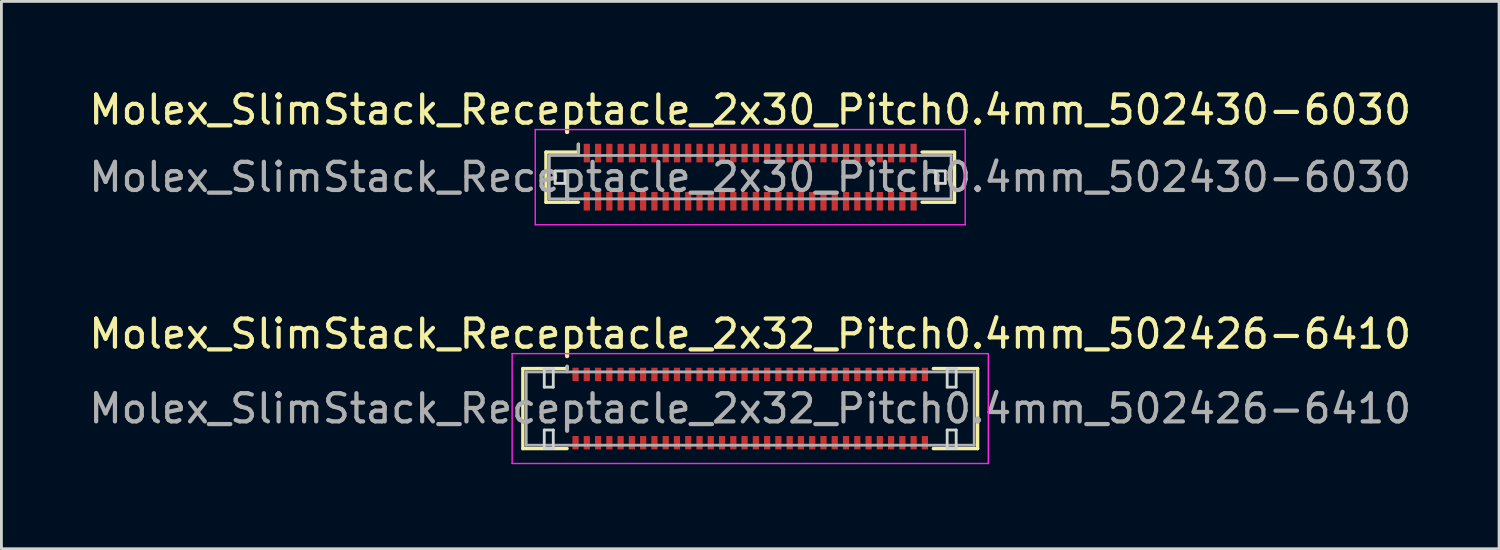
<source format=kicad_pcb>
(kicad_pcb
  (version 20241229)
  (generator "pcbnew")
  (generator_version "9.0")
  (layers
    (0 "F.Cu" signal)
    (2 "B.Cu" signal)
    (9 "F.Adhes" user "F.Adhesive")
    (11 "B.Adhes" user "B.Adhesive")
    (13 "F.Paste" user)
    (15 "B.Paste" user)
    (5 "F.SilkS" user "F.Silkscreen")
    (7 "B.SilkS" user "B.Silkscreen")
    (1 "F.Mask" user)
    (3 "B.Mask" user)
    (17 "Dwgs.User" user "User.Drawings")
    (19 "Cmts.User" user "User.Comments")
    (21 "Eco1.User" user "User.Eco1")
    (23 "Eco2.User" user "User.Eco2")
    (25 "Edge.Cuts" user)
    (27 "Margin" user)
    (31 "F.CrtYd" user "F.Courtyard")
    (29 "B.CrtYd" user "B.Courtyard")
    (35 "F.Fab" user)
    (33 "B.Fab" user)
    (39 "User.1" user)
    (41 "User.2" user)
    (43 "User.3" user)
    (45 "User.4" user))
  (footprint "Molex_SlimStack_Receptacle_2x32_Pitch0.4mm_502426-6410"
    (layer "F.Cu")
    (at 23.577 11.451)
    (property "Reference" "Molex_SlimStack_Receptacle_2x32_Pitch0.4mm_502426-6410" (at 0 -2.65 0) (layer "F.SilkS") (effects (font (size 1 1) (thickness 0.15))))
    (attr smd)
    (fp_line (start -8.07 -1.42) (end -6.5 -1.42) (stroke (width 0.12) (type solid)) (layer "F.SilkS"))
    (fp_line (start -8.07 1.42) (end -8.07 -1.42) (stroke (width 0.12) (type solid)) (layer "F.SilkS"))
    (fp_line (start -6.5 -1.42) (end -6.5 -1.5) (stroke (width 0.12) (type solid)) (layer "F.SilkS"))
    (fp_line (start -6.5 1.42) (end -8.07 1.42) (stroke (width 0.12) (type solid)) (layer "F.SilkS"))
    (fp_line (start 6.5 1.42) (end 8.07 1.42) (stroke (width 0.12) (type solid)) (layer "F.SilkS"))
    (fp_line (start 8.07 -1.42) (end 6.5 -1.42) (stroke (width 0.12) (type solid)) (layer "F.SilkS"))
    (fp_line (start 8.07 1.42) (end 8.07 -1.42) (stroke (width 0.12) (type solid)) (layer "F.SilkS"))
    (fp_line (start -7.31 -1.41) (end -7.31 -0.76) (stroke (width 0.1) (type solid)) (layer "Edge.Cuts"))
    (fp_line (start -7.31 -0.76) (end -6.99 -0.76) (stroke (width 0.1) (type solid)) (layer "Edge.Cuts"))
    (fp_line (start -7.31 0.76) (end -7.31 1.41) (stroke (width 0.1) (type solid)) (layer "Edge.Cuts"))
    (fp_line (start -7.31 1.41) (end -6.99 1.41) (stroke (width 0.1) (type solid)) (layer "Edge.Cuts"))
    (fp_line (start -6.99 -1.41) (end -7.31 -1.41) (stroke (width 0.1) (type solid)) (layer "Edge.Cuts"))
    (fp_line (start -6.99 -0.76) (end -6.99 -1.41) (stroke (width 0.1) (type solid)) (layer "Edge.Cuts"))
    (fp_line (start -6.99 0.76) (end -7.31 0.76) (stroke (width 0.1) (type solid)) (layer "Edge.Cuts"))
    (fp_line (start -6.99 1.41) (end -6.99 0.76) (stroke (width 0.1) (type solid)) (layer "Edge.Cuts"))
    (fp_line (start 6.99 -1.41) (end 6.99 -0.76) (stroke (width 0.1) (type solid)) (layer "Edge.Cuts"))
    (fp_line (start 6.99 -0.76) (end 7.31 -0.76) (stroke (width 0.1) (type solid)) (layer "Edge.Cuts"))
    (fp_line (start 6.99 0.76) (end 6.99 1.41) (stroke (width 0.1) (type solid)) (layer "Edge.Cuts"))
    (fp_line (start 6.99 1.41) (end 7.31 1.41) (stroke (width 0.1) (type solid)) (layer "Edge.Cuts"))
    (fp_line (start 7.31 -1.41) (end 6.99 -1.41) (stroke (width 0.1) (type solid)) (layer "Edge.Cuts"))
    (fp_line (start 7.31 -0.76) (end 7.31 -1.41) (stroke (width 0.1) (type solid)) (layer "Edge.Cuts"))
    (fp_line (start 7.31 0.76) (end 6.99 0.76) (stroke (width 0.1) (type solid)) (layer "Edge.Cuts"))
    (fp_line (start 7.31 1.41) (end 7.31 0.76) (stroke (width 0.1) (type solid)) (layer "Edge.Cuts"))
    (fp_line (start -8.45 -1.95) (end -8.45 1.95) (stroke (width 0.05) (type solid)) (layer "F.CrtYd"))
    (fp_line (start -8.45 1.95) (end 8.45 1.95) (stroke (width 0.05) (type solid)) (layer "F.CrtYd"))
    (fp_line (start 8.45 -1.95) (end -8.45 -1.95) (stroke (width 0.05) (type solid)) (layer "F.CrtYd"))
    (fp_line (start 8.45 1.95) (end 8.45 -1.95) (stroke (width 0.05) (type solid)) (layer "F.CrtYd"))
    (fp_line (start -7.95 -1.3) (end -7.95 1.3) (stroke (width 0.1) (type solid)) (layer "F.Fab"))
    (fp_line (start -7.95 1.3) (end 7.95 1.3) (stroke (width 0.1) (type solid)) (layer "F.Fab"))
    (fp_line (start -6.5 -1.3) (end -6.5 -1.5) (stroke (width 0.1) (type solid)) (layer "F.Fab"))
    (fp_line (start 7.95 -1.3) (end -7.95 -1.3) (stroke (width 0.1) (type solid)) (layer "F.Fab"))
    (fp_line (start 7.95 1.3) (end 7.95 -1.3) (stroke (width 0.1) (type solid)) (layer "F.Fab"))
    (fp_text user "${REFERENCE}" (at 0 0 0) (layer "F.Fab") (effects (font (size 1 1) (thickness 0.15))))
    (pad "1" smd rect (at -6.2 -1.212) (size 0.22 0.475) (layers "F.Cu" "F.Mask" "F.Paste"))
    (pad "2" smd rect (at -6.2 1.212) (size 0.22 0.475) (layers "F.Cu" "F.Mask" "F.Paste"))
    (pad "3" smd rect (at -5.8 -1.212) (size 0.22 0.475) (layers "F.Cu" "F.Mask" "F.Paste"))
    (pad "4" smd rect (at -5.8 1.212) (size 0.22 0.475) (layers "F.Cu" "F.Mask" "F.Paste"))
    (pad "5" smd rect (at -5.4 -1.212) (size 0.22 0.475) (layers "F.Cu" "F.Mask" "F.Paste"))
    (pad "6" smd rect (at -5.4 1.212) (size 0.22 0.475) (layers "F.Cu" "F.Mask" "F.Paste"))
    (pad "7" smd rect (at -5 -1.212) (size 0.22 0.475) (layers "F.Cu" "F.Mask" "F.Paste"))
    (pad "8" smd rect (at -5 1.212) (size 0.22 0.475) (layers "F.Cu" "F.Mask" "F.Paste"))
    (pad "9" smd rect (at -4.6 -1.212) (size 0.22 0.475) (layers "F.Cu" "F.Mask" "F.Paste"))
    (pad "10" smd rect (at -4.6 1.212) (size 0.22 0.475) (layers "F.Cu" "F.Mask" "F.Paste"))
    (pad "11" smd rect (at -4.2 -1.212) (size 0.22 0.475) (layers "F.Cu" "F.Mask" "F.Paste"))
    (pad "12" smd rect (at -4.2 1.212) (size 0.22 0.475) (layers "F.Cu" "F.Mask" "F.Paste"))
    (pad "13" smd rect (at -3.8 -1.212) (size 0.22 0.475) (layers "F.Cu" "F.Mask" "F.Paste"))
    (pad "14" smd rect (at -3.8 1.212) (size 0.22 0.475) (layers "F.Cu" "F.Mask" "F.Paste"))
    (pad "15" smd rect (at -3.4 -1.212) (size 0.22 0.475) (layers "F.Cu" "F.Mask" "F.Paste"))
    (pad "16" smd rect (at -3.4 1.212) (size 0.22 0.475) (layers "F.Cu" "F.Mask" "F.Paste"))
    (pad "17" smd rect (at -3 -1.212) (size 0.22 0.475) (layers "F.Cu" "F.Mask" "F.Paste"))
    (pad "18" smd rect (at -3 1.212) (size 0.22 0.475) (layers "F.Cu" "F.Mask" "F.Paste"))
    (pad "19" smd rect (at -2.6 -1.212) (size 0.22 0.475) (layers "F.Cu" "F.Mask" "F.Paste"))
    (pad "20" smd rect (at -2.6 1.212) (size 0.22 0.475) (layers "F.Cu" "F.Mask" "F.Paste"))
    (pad "21" smd rect (at -2.2 -1.212) (size 0.22 0.475) (layers "F.Cu" "F.Mask" "F.Paste"))
    (pad "22" smd rect (at -2.2 1.212) (size 0.22 0.475) (layers "F.Cu" "F.Mask" "F.Paste"))
    (pad "23" smd rect (at -1.8 -1.212) (size 0.22 0.475) (layers "F.Cu" "F.Mask" "F.Paste"))
    (pad "24" smd rect (at -1.8 1.212) (size 0.22 0.475) (layers "F.Cu" "F.Mask" "F.Paste"))
    (pad "25" smd rect (at -1.4 -1.212) (size 0.22 0.475) (layers "F.Cu" "F.Mask" "F.Paste"))
    (pad "26" smd rect (at -1.4 1.212) (size 0.22 0.475) (layers "F.Cu" "F.Mask" "F.Paste"))
    (pad "27" smd rect (at -1 -1.212) (size 0.22 0.475) (layers "F.Cu" "F.Mask" "F.Paste"))
    (pad "28" smd rect (at -1 1.212) (size 0.22 0.475) (layers "F.Cu" "F.Mask" "F.Paste"))
    (pad "29" smd rect (at -0.6 -1.212) (size 0.22 0.475) (layers "F.Cu" "F.Mask" "F.Paste"))
    (pad "30" smd rect (at -0.6 1.212) (size 0.22 0.475) (layers "F.Cu" "F.Mask" "F.Paste"))
    (pad "31" smd rect (at -0.2 -1.212) (size 0.22 0.475) (layers "F.Cu" "F.Mask" "F.Paste"))
    (pad "32" smd rect (at -0.2 1.212) (size 0.22 0.475) (layers "F.Cu" "F.Mask" "F.Paste"))
    (pad "33" smd rect (at 0.2 -1.212) (size 0.22 0.475) (layers "F.Cu" "F.Mask" "F.Paste"))
    (pad "34" smd rect (at 0.2 1.212) (size 0.22 0.475) (layers "F.Cu" "F.Mask" "F.Paste"))
    (pad "35" smd rect (at 0.6 -1.212) (size 0.22 0.475) (layers "F.Cu" "F.Mask" "F.Paste"))
    (pad "36" smd rect (at 0.6 1.212) (size 0.22 0.475) (layers "F.Cu" "F.Mask" "F.Paste"))
    (pad "37" smd rect (at 1 -1.212) (size 0.22 0.475) (layers "F.Cu" "F.Mask" "F.Paste"))
    (pad "38" smd rect (at 1 1.212) (size 0.22 0.475) (layers "F.Cu" "F.Mask" "F.Paste"))
    (pad "39" smd rect (at 1.4 -1.212) (size 0.22 0.475) (layers "F.Cu" "F.Mask" "F.Paste"))
    (pad "40" smd rect (at 1.4 1.212) (size 0.22 0.475) (layers "F.Cu" "F.Mask" "F.Paste"))
    (pad "41" smd rect (at 1.8 -1.212) (size 0.22 0.475) (layers "F.Cu" "F.Mask" "F.Paste"))
    (pad "42" smd rect (at 1.8 1.212) (size 0.22 0.475) (layers "F.Cu" "F.Mask" "F.Paste"))
    (pad "43" smd rect (at 2.2 -1.212) (size 0.22 0.475) (layers "F.Cu" "F.Mask" "F.Paste"))
    (pad "44" smd rect (at 2.2 1.212) (size 0.22 0.475) (layers "F.Cu" "F.Mask" "F.Paste"))
    (pad "45" smd rect (at 2.6 -1.212) (size 0.22 0.475) (layers "F.Cu" "F.Mask" "F.Paste"))
    (pad "46" smd rect (at 2.6 1.212) (size 0.22 0.475) (layers "F.Cu" "F.Mask" "F.Paste"))
    (pad "47" smd rect (at 3 -1.212) (size 0.22 0.475) (layers "F.Cu" "F.Mask" "F.Paste"))
    (pad "48" smd rect (at 3 1.212) (size 0.22 0.475) (layers "F.Cu" "F.Mask" "F.Paste"))
    (pad "49" smd rect (at 3.4 -1.212) (size 0.22 0.475) (layers "F.Cu" "F.Mask" "F.Paste"))
    (pad "50" smd rect (at 3.4 1.212) (size 0.22 0.475) (layers "F.Cu" "F.Mask" "F.Paste"))
    (pad "51" smd rect (at 3.8 -1.212) (size 0.22 0.475) (layers "F.Cu" "F.Mask" "F.Paste"))
    (pad "52" smd rect (at 3.8 1.212) (size 0.22 0.475) (layers "F.Cu" "F.Mask" "F.Paste"))
    (pad "53" smd rect (at 4.2 -1.212) (size 0.22 0.475) (layers "F.Cu" "F.Mask" "F.Paste"))
    (pad "54" smd rect (at 4.2 1.212) (size 0.22 0.475) (layers "F.Cu" "F.Mask" "F.Paste"))
    (pad "55" smd rect (at 4.6 -1.212) (size 0.22 0.475) (layers "F.Cu" "F.Mask" "F.Paste"))
    (pad "56" smd rect (at 4.6 1.212) (size 0.22 0.475) (layers "F.Cu" "F.Mask" "F.Paste"))
    (pad "57" smd rect (at 5 -1.212) (size 0.22 0.475) (layers "F.Cu" "F.Mask" "F.Paste"))
    (pad "58" smd rect (at 5 1.212) (size 0.22 0.475) (layers "F.Cu" "F.Mask" "F.Paste"))
    (pad "59" smd rect (at 5.4 -1.212) (size 0.22 0.475) (layers "F.Cu" "F.Mask" "F.Paste"))
    (pad "60" smd rect (at 5.4 1.212) (size 0.22 0.475) (layers "F.Cu" "F.Mask" "F.Paste"))
    (pad "61" smd rect (at 5.8 -1.212) (size 0.22 0.475) (layers "F.Cu" "F.Mask" "F.Paste"))
    (pad "62" smd rect (at 5.8 1.212) (size 0.22 0.475) (layers "F.Cu" "F.Mask" "F.Paste"))
    (pad "63" smd rect (at 6.2 -1.212) (size 0.22 0.475) (layers "F.Cu" "F.Mask" "F.Paste"))
    (pad "64" smd rect (at 6.2 1.212) (size 0.22 0.475) (layers "F.Cu" "F.Mask" "F.Paste")))
  (footprint "Molex_SlimStack_Receptacle_2x30_Pitch0.4mm_502430-6030"
    (layer "F.Cu")
    (at 23.577 3.238)
    (property "Reference" "Molex_SlimStack_Receptacle_2x30_Pitch0.4mm_502430-6030" (at 0 -2.39 0) (layer "F.SilkS") (effects (font (size 1 1) (thickness 0.15))))
    (attr smd)
    (fp_line (start -7.25 -0.89) (end -6.1 -0.89) (stroke (width 0.12) (type solid)) (layer "F.SilkS"))
    (fp_line (start -7.25 0.89) (end -7.25 -0.89) (stroke (width 0.12) (type solid)) (layer "F.SilkS"))
    (fp_line (start -6.1 -0.89) (end -6.1 -1.17) (stroke (width 0.12) (type solid)) (layer "F.SilkS"))
    (fp_line (start -6.1 0.89) (end -7.25 0.89) (stroke (width 0.12) (type solid)) (layer "F.SilkS"))
    (fp_line (start 6.1 0.89) (end 7.25 0.89) (stroke (width 0.12) (type solid)) (layer "F.SilkS"))
    (fp_line (start 7.25 -0.89) (end 6.1 -0.89) (stroke (width 0.12) (type solid)) (layer "F.SilkS"))
    (fp_line (start 7.25 0.89) (end 7.25 -0.89) (stroke (width 0.12) (type solid)) (layer "F.SilkS"))
    (fp_line (start -6.925 -0.22) (end -6.925 0.22) (stroke (width 0.1) (type solid)) (layer "Edge.Cuts"))
    (fp_line (start -6.925 0.22) (end -6.575 0.22) (stroke (width 0.1) (type solid)) (layer "Edge.Cuts"))
    (fp_line (start -6.575 -0.22) (end -6.925 -0.22) (stroke (width 0.1) (type solid)) (layer "Edge.Cuts"))
    (fp_line (start -6.575 0.22) (end -6.575 -0.22) (stroke (width 0.1) (type solid)) (layer "Edge.Cuts"))
    (fp_line (start 6.575 -0.22) (end 6.575 0.22) (stroke (width 0.1) (type solid)) (layer "Edge.Cuts"))
    (fp_line (start 6.575 0.22) (end 6.925 0.22) (stroke (width 0.1) (type solid)) (layer "Edge.Cuts"))
    (fp_line (start 6.925 -0.22) (end 6.575 -0.22) (stroke (width 0.1) (type solid)) (layer "Edge.Cuts"))
    (fp_line (start 6.925 0.22) (end 6.925 -0.22) (stroke (width 0.1) (type solid)) (layer "Edge.Cuts"))
    (fp_line (start -7.63 -1.69) (end -7.63 1.69) (stroke (width 0.05) (type solid)) (layer "F.CrtYd"))
    (fp_line (start -7.63 1.69) (end 7.63 1.69) (stroke (width 0.05) (type solid)) (layer "F.CrtYd"))
    (fp_line (start 7.63 -1.69) (end -7.63 -1.69) (stroke (width 0.05) (type solid)) (layer "F.CrtYd"))
    (fp_line (start 7.63 1.69) (end 7.63 -1.69) (stroke (width 0.05) (type solid)) (layer "F.CrtYd"))
    (fp_line (start -7.13 -0.77) (end -7.13 0.77) (stroke (width 0.1) (type solid)) (layer "F.Fab"))
    (fp_line (start -7.13 0.77) (end 7.13 0.77) (stroke (width 0.1) (type solid)) (layer "F.Fab"))
    (fp_line (start -6.1 -0.77) (end -6.1 -1.17) (stroke (width 0.1) (type solid)) (layer "F.Fab"))
    (fp_line (start 7.13 -0.77) (end -7.13 -0.77) (stroke (width 0.1) (type solid)) (layer "F.Fab"))
    (fp_line (start 7.13 0.77) (end 7.13 -0.77) (stroke (width 0.1) (type solid)) (layer "F.Fab"))
    (fp_text user "${REFERENCE}" (at 0 0 0) (layer "F.Fab") (effects (font (size 1 1) (thickness 0.15))))
    (pad "1" smd rect (at -5.8 -0.855) (size 0.22 0.66) (layers "F.Cu" "F.Mask" "F.Paste"))
    (pad "2" smd rect (at -5.8 0.855) (size 0.22 0.66) (layers "F.Cu" "F.Mask" "F.Paste"))
    (pad "3" smd rect (at -5.4 -0.855) (size 0.22 0.66) (layers "F.Cu" "F.Mask" "F.Paste"))
    (pad "4" smd rect (at -5.4 0.855) (size 0.22 0.66) (layers "F.Cu" "F.Mask" "F.Paste"))
    (pad "5" smd rect (at -5 -0.855) (size 0.22 0.66) (layers "F.Cu" "F.Mask" "F.Paste"))
    (pad "6" smd rect (at -5 0.855) (size 0.22 0.66) (layers "F.Cu" "F.Mask" "F.Paste"))
    (pad "7" smd rect (at -4.6 -0.855) (size 0.22 0.66) (layers "F.Cu" "F.Mask" "F.Paste"))
    (pad "8" smd rect (at -4.6 0.855) (size 0.22 0.66) (layers "F.Cu" "F.Mask" "F.Paste"))
    (pad "9" smd rect (at -4.2 -0.855) (size 0.22 0.66) (layers "F.Cu" "F.Mask" "F.Paste"))
    (pad "10" smd rect (at -4.2 0.855) (size 0.22 0.66) (layers "F.Cu" "F.Mask" "F.Paste"))
    (pad "11" smd rect (at -3.8 -0.855) (size 0.22 0.66) (layers "F.Cu" "F.Mask" "F.Paste"))
    (pad "12" smd rect (at -3.8 0.855) (size 0.22 0.66) (layers "F.Cu" "F.Mask" "F.Paste"))
    (pad "13" smd rect (at -3.4 -0.855) (size 0.22 0.66) (layers "F.Cu" "F.Mask" "F.Paste"))
    (pad "14" smd rect (at -3.4 0.855) (size 0.22 0.66) (layers "F.Cu" "F.Mask" "F.Paste"))
    (pad "15" smd rect (at -3 -0.855) (size 0.22 0.66) (layers "F.Cu" "F.Mask" "F.Paste"))
    (pad "16" smd rect (at -3 0.855) (size 0.22 0.66) (layers "F.Cu" "F.Mask" "F.Paste"))
    (pad "17" smd rect (at -2.6 -0.855) (size 0.22 0.66) (layers "F.Cu" "F.Mask" "F.Paste"))
    (pad "18" smd rect (at -2.6 0.855) (size 0.22 0.66) (layers "F.Cu" "F.Mask" "F.Paste"))
    (pad "19" smd rect (at -2.2 -0.855) (size 0.22 0.66) (layers "F.Cu" "F.Mask" "F.Paste"))
    (pad "20" smd rect (at -2.2 0.855) (size 0.22 0.66) (layers "F.Cu" "F.Mask" "F.Paste"))
    (pad "21" smd rect (at -1.8 -0.855) (size 0.22 0.66) (layers "F.Cu" "F.Mask" "F.Paste"))
    (pad "22" smd rect (at -1.8 0.855) (size 0.22 0.66) (layers "F.Cu" "F.Mask" "F.Paste"))
    (pad "23" smd rect (at -1.4 -0.855) (size 0.22 0.66) (layers "F.Cu" "F.Mask" "F.Paste"))
    (pad "24" smd rect (at -1.4 0.855) (size 0.22 0.66) (layers "F.Cu" "F.Mask" "F.Paste"))
    (pad "25" smd rect (at -1 -0.855) (size 0.22 0.66) (layers "F.Cu" "F.Mask" "F.Paste"))
    (pad "26" smd rect (at -1 0.855) (size 0.22 0.66) (layers "F.Cu" "F.Mask" "F.Paste"))
    (pad "27" smd rect (at -0.6 -0.855) (size 0.22 0.66) (layers "F.Cu" "F.Mask" "F.Paste"))
    (pad "28" smd rect (at -0.6 0.855) (size 0.22 0.66) (layers "F.Cu" "F.Mask" "F.Paste"))
    (pad "29" smd rect (at -0.2 -0.855) (size 0.22 0.66) (layers "F.Cu" "F.Mask" "F.Paste"))
    (pad "30" smd rect (at -0.2 0.855) (size 0.22 0.66) (layers "F.Cu" "F.Mask" "F.Paste"))
    (pad "31" smd rect (at 0.2 -0.855) (size 0.22 0.66) (layers "F.Cu" "F.Mask" "F.Paste"))
    (pad "32" smd rect (at 0.2 0.855) (size 0.22 0.66) (layers "F.Cu" "F.Mask" "F.Paste"))
    (pad "33" smd rect (at 0.6 -0.855) (size 0.22 0.66) (layers "F.Cu" "F.Mask" "F.Paste"))
    (pad "34" smd rect (at 0.6 0.855) (size 0.22 0.66) (layers "F.Cu" "F.Mask" "F.Paste"))
    (pad "35" smd rect (at 1 -0.855) (size 0.22 0.66) (layers "F.Cu" "F.Mask" "F.Paste"))
    (pad "36" smd rect (at 1 0.855) (size 0.22 0.66) (layers "F.Cu" "F.Mask" "F.Paste"))
    (pad "37" smd rect (at 1.4 -0.855) (size 0.22 0.66) (layers "F.Cu" "F.Mask" "F.Paste"))
    (pad "38" smd rect (at 1.4 0.855) (size 0.22 0.66) (layers "F.Cu" "F.Mask" "F.Paste"))
    (pad "39" smd rect (at 1.8 -0.855) (size 0.22 0.66) (layers "F.Cu" "F.Mask" "F.Paste"))
    (pad "40" smd rect (at 1.8 0.855) (size 0.22 0.66) (layers "F.Cu" "F.Mask" "F.Paste"))
    (pad "41" smd rect (at 2.2 -0.855) (size 0.22 0.66) (layers "F.Cu" "F.Mask" "F.Paste"))
    (pad "42" smd rect (at 2.2 0.855) (size 0.22 0.66) (layers "F.Cu" "F.Mask" "F.Paste"))
    (pad "43" smd rect (at 2.6 -0.855) (size 0.22 0.66) (layers "F.Cu" "F.Mask" "F.Paste"))
    (pad "44" smd rect (at 2.6 0.855) (size 0.22 0.66) (layers "F.Cu" "F.Mask" "F.Paste"))
    (pad "45" smd rect (at 3 -0.855) (size 0.22 0.66) (layers "F.Cu" "F.Mask" "F.Paste"))
    (pad "46" smd rect (at 3 0.855) (size 0.22 0.66) (layers "F.Cu" "F.Mask" "F.Paste"))
    (pad "47" smd rect (at 3.4 -0.855) (size 0.22 0.66) (layers "F.Cu" "F.Mask" "F.Paste"))
    (pad "48" smd rect (at 3.4 0.855) (size 0.22 0.66) (layers "F.Cu" "F.Mask" "F.Paste"))
    (pad "49" smd rect (at 3.8 -0.855) (size 0.22 0.66) (layers "F.Cu" "F.Mask" "F.Paste"))
    (pad "50" smd rect (at 3.8 0.855) (size 0.22 0.66) (layers "F.Cu" "F.Mask" "F.Paste"))
    (pad "51" smd rect (at 4.2 -0.855) (size 0.22 0.66) (layers "F.Cu" "F.Mask" "F.Paste"))
    (pad "52" smd rect (at 4.2 0.855) (size 0.22 0.66) (layers "F.Cu" "F.Mask" "F.Paste"))
    (pad "53" smd rect (at 4.6 -0.855) (size 0.22 0.66) (layers "F.Cu" "F.Mask" "F.Paste"))
    (pad "54" smd rect (at 4.6 0.855) (size 0.22 0.66) (layers "F.Cu" "F.Mask" "F.Paste"))
    (pad "55" smd rect (at 5 -0.855) (size 0.22 0.66) (layers "F.Cu" "F.Mask" "F.Paste"))
    (pad "56" smd rect (at 5 0.855) (size 0.22 0.66) (layers "F.Cu" "F.Mask" "F.Paste"))
    (pad "57" smd rect (at 5.4 -0.855) (size 0.22 0.66) (layers "F.Cu" "F.Mask" "F.Paste"))
    (pad "58" smd rect (at 5.4 0.855) (size 0.22 0.66) (layers "F.Cu" "F.Mask" "F.Paste"))
    (pad "59" smd rect (at 5.8 -0.855) (size 0.22 0.66) (layers "F.Cu" "F.Mask" "F.Paste"))
    (pad "60" smd rect (at 5.8 0.855) (size 0.22 0.66) (layers "F.Cu" "F.Mask" "F.Paste")))
  (gr_rect
    (start -3 -3)
    (end 50.155 16.427)
    (stroke (width 0.1) (type default))
    (fill no)
    (layer "Edge.Cuts")))
</source>
